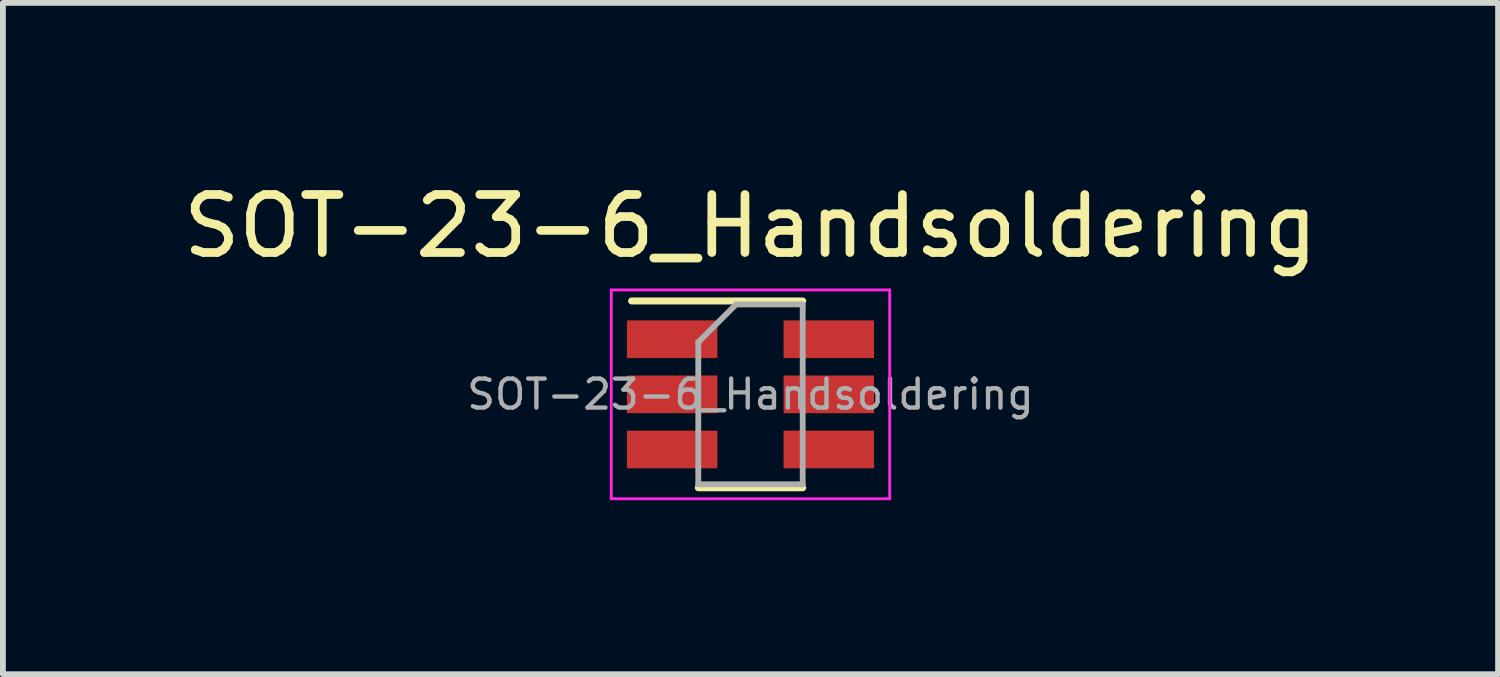
<source format=kicad_pcb>
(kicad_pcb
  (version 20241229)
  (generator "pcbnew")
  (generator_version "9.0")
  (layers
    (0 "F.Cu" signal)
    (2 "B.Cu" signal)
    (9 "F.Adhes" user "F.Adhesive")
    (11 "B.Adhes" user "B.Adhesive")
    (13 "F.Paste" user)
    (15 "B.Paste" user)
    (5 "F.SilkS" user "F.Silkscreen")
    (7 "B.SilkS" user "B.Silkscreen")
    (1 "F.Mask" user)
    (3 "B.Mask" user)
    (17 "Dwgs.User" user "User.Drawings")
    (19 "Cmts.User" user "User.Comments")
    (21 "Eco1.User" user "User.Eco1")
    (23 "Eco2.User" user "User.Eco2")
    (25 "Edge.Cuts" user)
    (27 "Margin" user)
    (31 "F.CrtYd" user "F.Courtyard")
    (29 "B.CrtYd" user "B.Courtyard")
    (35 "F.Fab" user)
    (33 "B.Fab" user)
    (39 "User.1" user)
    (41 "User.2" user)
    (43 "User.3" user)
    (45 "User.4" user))
  (footprint "SOT-23-6_Handsoldering"
    (layer "F.Cu")
    (at 9.887 3.748)
    (property "Reference" "SOT-23-6_Handsoldering" (at 0 -2.9 0) (layer "F.SilkS") (effects (font (size 1 1) (thickness 0.15))))
    (attr smd)
    (fp_line (start -0.9 1.61) (end 0.9 1.61) (stroke (width 0.12) (type solid)) (layer "F.SilkS"))
    (fp_line (start 0.9 -1.61) (end -2.05 -1.61) (stroke (width 0.12) (type solid)) (layer "F.SilkS"))
    (fp_line (start -2.4 -1.8) (end 2.4 -1.8) (stroke (width 0.05) (type solid)) (layer "F.CrtYd"))
    (fp_line (start -2.4 1.8) (end -2.4 -1.8) (stroke (width 0.05) (type solid)) (layer "F.CrtYd"))
    (fp_line (start 2.4 -1.8) (end 2.4 1.8) (stroke (width 0.05) (type solid)) (layer "F.CrtYd"))
    (fp_line (start 2.4 1.8) (end -2.4 1.8) (stroke (width 0.05) (type solid)) (layer "F.CrtYd"))
    (fp_line (start -0.9 -0.9) (end -0.9 1.55) (stroke (width 0.1) (type solid)) (layer "F.Fab"))
    (fp_line (start -0.9 -0.9) (end -0.25 -1.55) (stroke (width 0.1) (type solid)) (layer "F.Fab"))
    (fp_line (start 0.9 -1.55) (end -0.25 -1.55) (stroke (width 0.1) (type solid)) (layer "F.Fab"))
    (fp_line (start 0.9 -1.55) (end 0.9 1.55) (stroke (width 0.1) (type solid)) (layer "F.Fab"))
    (fp_line (start 0.9 1.55) (end -0.9 1.55) (stroke (width 0.1) (type solid)) (layer "F.Fab"))
    (fp_text user "${REFERENCE}" (at 0 0 0) (layer "F.Fab") (effects (font (size 0.5 0.5) (thickness 0.075))))
    (pad "1" smd rect (at -1.35 -0.95) (size 1.56 0.65) (layers "F.Cu" "F.Mask" "F.Paste"))
    (pad "2" smd rect (at -1.35 0) (size 1.56 0.65) (layers "F.Cu" "F.Mask" "F.Paste"))
    (pad "3" smd rect (at -1.35 0.95) (size 1.56 0.65) (layers "F.Cu" "F.Mask" "F.Paste"))
    (pad "4" smd rect (at 1.35 0.95) (size 1.56 0.65) (layers "F.Cu" "F.Mask" "F.Paste"))
    (pad "5" smd rect (at 1.35 0) (size 1.56 0.65) (layers "F.Cu" "F.Mask" "F.Paste"))
    (pad "6" smd rect (at 1.35 -0.95) (size 1.56 0.65) (layers "F.Cu" "F.Mask" "F.Paste")))
  (gr_rect
    (start -3 -3)
    (end 22.774 8.573)
    (stroke (width 0.1) (type default))
    (fill no)
    (layer "Edge.Cuts")))
</source>
